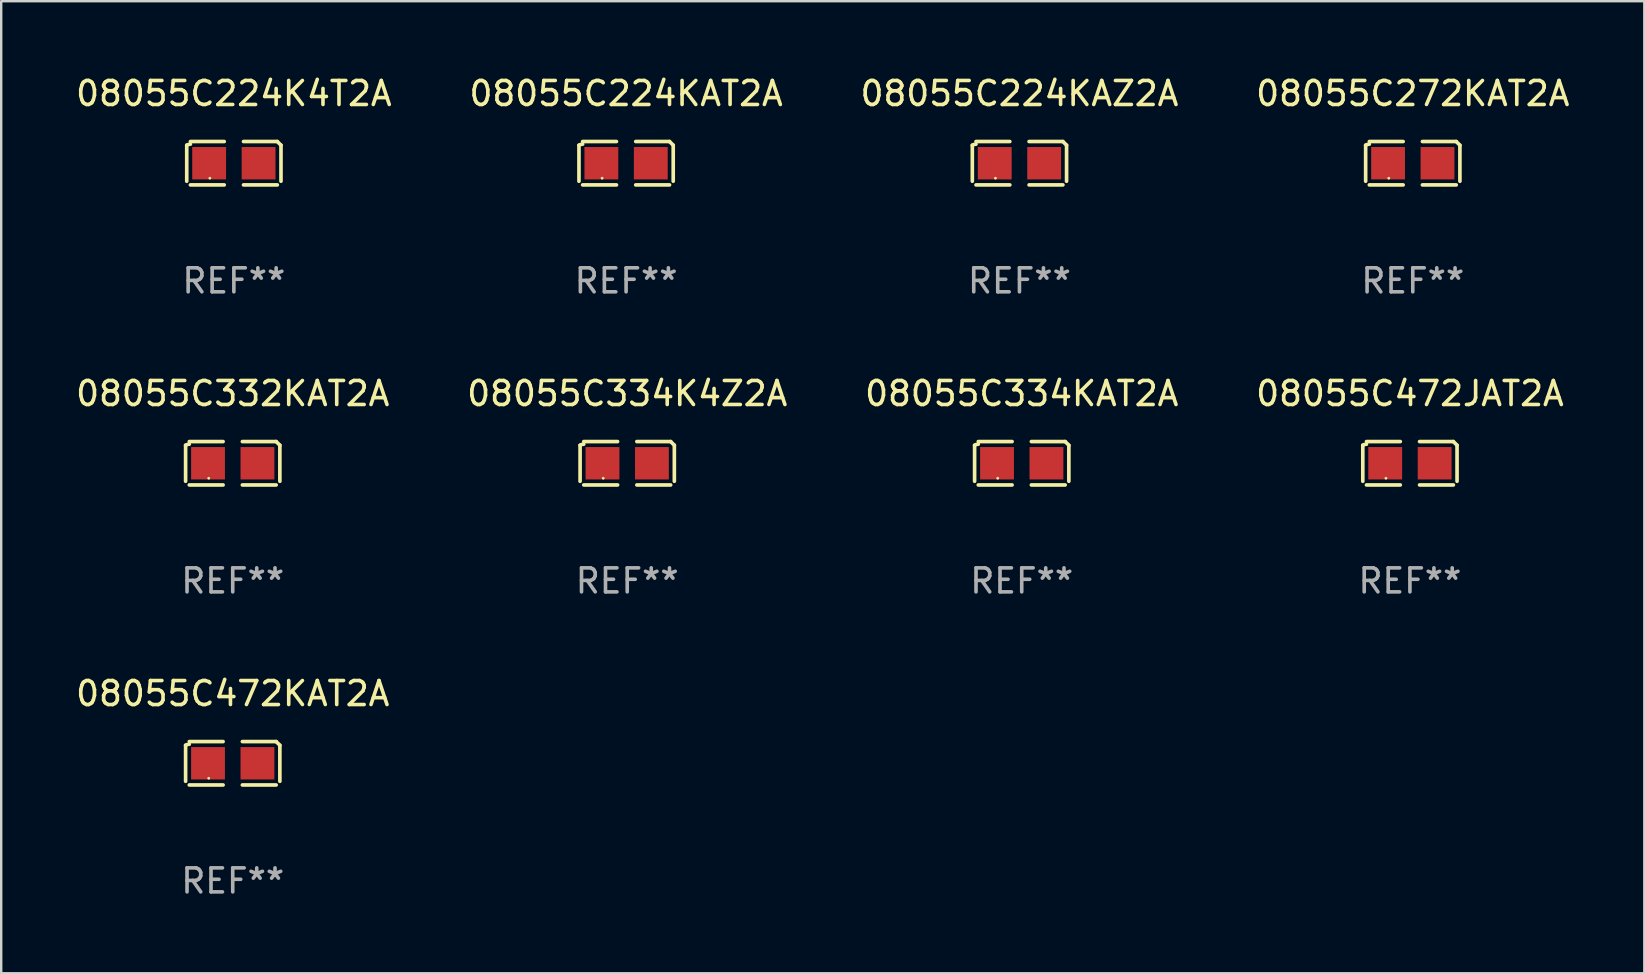
<source format=kicad_pcb>
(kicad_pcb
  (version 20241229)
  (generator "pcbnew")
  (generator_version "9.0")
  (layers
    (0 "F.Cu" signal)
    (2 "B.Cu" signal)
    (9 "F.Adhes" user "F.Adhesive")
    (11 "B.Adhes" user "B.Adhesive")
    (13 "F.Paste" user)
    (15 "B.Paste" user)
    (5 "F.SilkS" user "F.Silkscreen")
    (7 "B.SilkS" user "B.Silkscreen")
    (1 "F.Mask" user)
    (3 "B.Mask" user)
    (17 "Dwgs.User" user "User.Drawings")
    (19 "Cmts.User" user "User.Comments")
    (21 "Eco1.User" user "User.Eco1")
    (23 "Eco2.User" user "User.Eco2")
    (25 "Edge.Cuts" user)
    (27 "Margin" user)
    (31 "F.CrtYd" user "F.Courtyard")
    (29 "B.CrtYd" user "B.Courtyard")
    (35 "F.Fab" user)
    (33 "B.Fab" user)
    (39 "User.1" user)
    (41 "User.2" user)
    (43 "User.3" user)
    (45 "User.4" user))
  (footprint "08055C472JAT2A"
    (layer "F.Cu")
    (at 55.708 16.256)
    (property "Reference" "08055C472JAT2A" (at 0 -2.904 0) (layer "F.SilkS") (effects (font (size 1 1) (thickness 0.15))))
    (attr through_hole)
    (fp_line (start -1.964 0.751) (end -1.964 -0.751) (stroke (width 0.152) (type solid)) (layer "F.SilkS"))
    (fp_line (start -1.811 -0.904) (end -0.401 -0.904) (stroke (width 0.152) (type solid)) (layer "F.SilkS"))
    (fp_line (start -0.401 0.904) (end -1.811 0.904) (stroke (width 0.152) (type solid)) (layer "F.SilkS"))
    (fp_line (start 0.401 0.904) (end 1.811 0.904) (stroke (width 0.152) (type solid)) (layer "F.SilkS"))
    (fp_line (start 1.811 -0.904) (end 0.401 -0.904) (stroke (width 0.152) (type solid)) (layer "F.SilkS"))
    (fp_line (start 1.964 0.751) (end 1.964 -0.751) (stroke (width 0.152) (type solid)) (layer "F.SilkS"))
    (fp_arc (start -1.963602 -0.751207) (mid -1.890354 -0.783131) (end -1.811201 -0.794044) (stroke (width 0.1524) (type solid)) (layer "F.SilkS"))
    (fp_arc (start 1.811202 -0.903607) (mid 1.887413 -0.827418) (end 1.963602 -0.751207) (stroke (width 0.1524) (type solid)) (layer "F.SilkS"))
    (fp_circle (center -1 0.625) (end -0.97 0.625) (stroke (width 0.06) (type solid)) (fill no) (layer "F.SilkS"))
    (fp_text user "REF**" (at 0 4.904 0) (layer "F.Fab") (effects (font (size 1 1) (thickness 0.15))))
    (pad "1" smd rect (at -1.03 0) (size 1.41 1.35) (layers "F.Cu" "F.Mask" "F.Paste"))
    (pad "2" smd rect (at 1.03 0) (size 1.41 1.35) (layers "F.Cu" "F.Mask" "F.Paste")))
  (footprint "08055C472KAT2A"
    (layer "F.Cu")
    (at 6.649 28.759)
    (property "Reference" "08055C472KAT2A" (at 0 -2.904 0) (layer "F.SilkS") (effects (font (size 1 1) (thickness 0.15))))
    (attr through_hole)
    (fp_line (start -1.964 0.751) (end -1.964 -0.751) (stroke (width 0.152) (type solid)) (layer "F.SilkS"))
    (fp_line (start -1.811 -0.904) (end -0.401 -0.904) (stroke (width 0.152) (type solid)) (layer "F.SilkS"))
    (fp_line (start -0.401 0.904) (end -1.811 0.904) (stroke (width 0.152) (type solid)) (layer "F.SilkS"))
    (fp_line (start 0.401 0.904) (end 1.811 0.904) (stroke (width 0.152) (type solid)) (layer "F.SilkS"))
    (fp_line (start 1.811 -0.904) (end 0.401 -0.904) (stroke (width 0.152) (type solid)) (layer "F.SilkS"))
    (fp_line (start 1.964 0.751) (end 1.964 -0.751) (stroke (width 0.152) (type solid)) (layer "F.SilkS"))
    (fp_arc (start -1.963602 -0.751207) (mid -1.890354 -0.783131) (end -1.811201 -0.794044) (stroke (width 0.1524) (type solid)) (layer "F.SilkS"))
    (fp_arc (start 1.811202 -0.903607) (mid 1.887413 -0.827418) (end 1.963602 -0.751207) (stroke (width 0.1524) (type solid)) (layer "F.SilkS"))
    (fp_circle (center -1 0.625) (end -0.97 0.625) (stroke (width 0.06) (type solid)) (fill no) (layer "F.SilkS"))
    (fp_text user "REF**" (at 0 4.904 0) (layer "F.Fab") (effects (font (size 1 1) (thickness 0.15))))
    (pad "1" smd rect (at -1.03 0) (size 1.41 1.35) (layers "F.Cu" "F.Mask" "F.Paste"))
    (pad "2" smd rect (at 1.03 0) (size 1.41 1.35) (layers "F.Cu" "F.Mask" "F.Paste")))
  (footprint "08055C224K4T2A"
    (layer "F.Cu")
    (at 6.696 3.752)
    (property "Reference" "08055C224K4T2A" (at 0 -2.904 0) (layer "F.SilkS") (effects (font (size 1 1) (thickness 0.15))))
    (attr through_hole)
    (fp_line (start -1.964 0.751) (end -1.964 -0.751) (stroke (width 0.152) (type solid)) (layer "F.SilkS"))
    (fp_line (start -1.811 -0.904) (end -0.401 -0.904) (stroke (width 0.152) (type solid)) (layer "F.SilkS"))
    (fp_line (start -0.401 0.904) (end -1.811 0.904) (stroke (width 0.152) (type solid)) (layer "F.SilkS"))
    (fp_line (start 0.401 0.904) (end 1.811 0.904) (stroke (width 0.152) (type solid)) (layer "F.SilkS"))
    (fp_line (start 1.811 -0.904) (end 0.401 -0.904) (stroke (width 0.152) (type solid)) (layer "F.SilkS"))
    (fp_line (start 1.964 0.751) (end 1.964 -0.751) (stroke (width 0.152) (type solid)) (layer "F.SilkS"))
    (fp_arc (start -1.963602 -0.751207) (mid -1.890354 -0.783131) (end -1.811201 -0.794044) (stroke (width 0.1524) (type solid)) (layer "F.SilkS"))
    (fp_arc (start 1.811202 -0.903607) (mid 1.887413 -0.827418) (end 1.963602 -0.751207) (stroke (width 0.1524) (type solid)) (layer "F.SilkS"))
    (fp_circle (center -1 0.625) (end -0.97 0.625) (stroke (width 0.06) (type solid)) (fill no) (layer "F.SilkS"))
    (fp_text user "REF**" (at 0 4.904 0) (layer "F.Fab") (effects (font (size 1 1) (thickness 0.15))))
    (pad "1" smd rect (at -1.03 0) (size 1.41 1.35) (layers "F.Cu" "F.Mask" "F.Paste"))
    (pad "2" smd rect (at 1.03 0) (size 1.41 1.35) (layers "F.Cu" "F.Mask" "F.Paste")))
  (footprint "08055C224KAZ2A"
    (layer "F.Cu")
    (at 39.435 3.752)
    (property "Reference" "08055C224KAZ2A" (at 0 -2.904 0) (layer "F.SilkS") (effects (font (size 1 1) (thickness 0.15))))
    (attr through_hole)
    (fp_line (start -1.964 0.751) (end -1.964 -0.751) (stroke (width 0.152) (type solid)) (layer "F.SilkS"))
    (fp_line (start -1.811 -0.904) (end -0.401 -0.904) (stroke (width 0.152) (type solid)) (layer "F.SilkS"))
    (fp_line (start -0.401 0.904) (end -1.811 0.904) (stroke (width 0.152) (type solid)) (layer "F.SilkS"))
    (fp_line (start 0.401 0.904) (end 1.811 0.904) (stroke (width 0.152) (type solid)) (layer "F.SilkS"))
    (fp_line (start 1.811 -0.904) (end 0.401 -0.904) (stroke (width 0.152) (type solid)) (layer "F.SilkS"))
    (fp_line (start 1.964 0.751) (end 1.964 -0.751) (stroke (width 0.152) (type solid)) (layer "F.SilkS"))
    (fp_arc (start -1.963602 -0.751207) (mid -1.890354 -0.783131) (end -1.811201 -0.794044) (stroke (width 0.1524) (type solid)) (layer "F.SilkS"))
    (fp_arc (start 1.811202 -0.903607) (mid 1.887413 -0.827418) (end 1.963602 -0.751207) (stroke (width 0.1524) (type solid)) (layer "F.SilkS"))
    (fp_circle (center -1 0.625) (end -0.97 0.625) (stroke (width 0.06) (type solid)) (fill no) (layer "F.SilkS"))
    (fp_text user "REF**" (at 0 4.904 0) (layer "F.Fab") (effects (font (size 1 1) (thickness 0.15))))
    (pad "1" smd rect (at -1.03 0) (size 1.41 1.35) (layers "F.Cu" "F.Mask" "F.Paste"))
    (pad "2" smd rect (at 1.03 0) (size 1.41 1.35) (layers "F.Cu" "F.Mask" "F.Paste")))
  (footprint "08055C332KAT2A"
    (layer "F.Cu")
    (at 6.649 16.256)
    (property "Reference" "08055C332KAT2A" (at 0 -2.904 0) (layer "F.SilkS") (effects (font (size 1 1) (thickness 0.15))))
    (attr through_hole)
    (fp_line (start -1.964 0.751) (end -1.964 -0.751) (stroke (width 0.152) (type solid)) (layer "F.SilkS"))
    (fp_line (start -1.811 -0.904) (end -0.401 -0.904) (stroke (width 0.152) (type solid)) (layer "F.SilkS"))
    (fp_line (start -0.401 0.904) (end -1.811 0.904) (stroke (width 0.152) (type solid)) (layer "F.SilkS"))
    (fp_line (start 0.401 0.904) (end 1.811 0.904) (stroke (width 0.152) (type solid)) (layer "F.SilkS"))
    (fp_line (start 1.811 -0.904) (end 0.401 -0.904) (stroke (width 0.152) (type solid)) (layer "F.SilkS"))
    (fp_line (start 1.964 0.751) (end 1.964 -0.751) (stroke (width 0.152) (type solid)) (layer "F.SilkS"))
    (fp_arc (start -1.963602 -0.751207) (mid -1.890354 -0.783131) (end -1.811201 -0.794044) (stroke (width 0.1524) (type solid)) (layer "F.SilkS"))
    (fp_arc (start 1.811202 -0.903607) (mid 1.887413 -0.827418) (end 1.963602 -0.751207) (stroke (width 0.1524) (type solid)) (layer "F.SilkS"))
    (fp_circle (center -1 0.625) (end -0.97 0.625) (stroke (width 0.06) (type solid)) (fill no) (layer "F.SilkS"))
    (fp_text user "REF**" (at 0 4.904 0) (layer "F.Fab") (effects (font (size 1 1) (thickness 0.15))))
    (pad "1" smd rect (at -1.03 0) (size 1.41 1.35) (layers "F.Cu" "F.Mask" "F.Paste"))
    (pad "2" smd rect (at 1.03 0) (size 1.41 1.35) (layers "F.Cu" "F.Mask" "F.Paste")))
  (footprint "08055C224KAT2A"
    (layer "F.Cu")
    (at 23.042 3.752)
    (property "Reference" "08055C224KAT2A" (at 0 -2.904 0) (layer "F.SilkS") (effects (font (size 1 1) (thickness 0.15))))
    (attr through_hole)
    (fp_line (start -1.964 0.751) (end -1.964 -0.751) (stroke (width 0.152) (type solid)) (layer "F.SilkS"))
    (fp_line (start -1.811 -0.904) (end -0.401 -0.904) (stroke (width 0.152) (type solid)) (layer "F.SilkS"))
    (fp_line (start -0.401 0.904) (end -1.811 0.904) (stroke (width 0.152) (type solid)) (layer "F.SilkS"))
    (fp_line (start 0.401 0.904) (end 1.811 0.904) (stroke (width 0.152) (type solid)) (layer "F.SilkS"))
    (fp_line (start 1.811 -0.904) (end 0.401 -0.904) (stroke (width 0.152) (type solid)) (layer "F.SilkS"))
    (fp_line (start 1.964 0.751) (end 1.964 -0.751) (stroke (width 0.152) (type solid)) (layer "F.SilkS"))
    (fp_arc (start -1.963602 -0.751207) (mid -1.890354 -0.783131) (end -1.811201 -0.794044) (stroke (width 0.1524) (type solid)) (layer "F.SilkS"))
    (fp_arc (start 1.811202 -0.903607) (mid 1.887413 -0.827418) (end 1.963602 -0.751207) (stroke (width 0.1524) (type solid)) (layer "F.SilkS"))
    (fp_circle (center -1 0.625) (end -0.97 0.625) (stroke (width 0.06) (type solid)) (fill no) (layer "F.SilkS"))
    (fp_text user "REF**" (at 0 4.904 0) (layer "F.Fab") (effects (font (size 1 1) (thickness 0.15))))
    (pad "1" smd rect (at -1.03 0) (size 1.41 1.35) (layers "F.Cu" "F.Mask" "F.Paste"))
    (pad "2" smd rect (at 1.03 0) (size 1.41 1.35) (layers "F.Cu" "F.Mask" "F.Paste")))
  (footprint "08055C334KAT2A"
    (layer "F.Cu")
    (at 39.53 16.256)
    (property "Reference" "08055C334KAT2A" (at 0 -2.904 0) (layer "F.SilkS") (effects (font (size 1 1) (thickness 0.15))))
    (attr through_hole)
    (fp_line (start -1.964 0.751) (end -1.964 -0.751) (stroke (width 0.152) (type solid)) (layer "F.SilkS"))
    (fp_line (start -1.811 -0.904) (end -0.401 -0.904) (stroke (width 0.152) (type solid)) (layer "F.SilkS"))
    (fp_line (start -0.401 0.904) (end -1.811 0.904) (stroke (width 0.152) (type solid)) (layer "F.SilkS"))
    (fp_line (start 0.401 0.904) (end 1.811 0.904) (stroke (width 0.152) (type solid)) (layer "F.SilkS"))
    (fp_line (start 1.811 -0.904) (end 0.401 -0.904) (stroke (width 0.152) (type solid)) (layer "F.SilkS"))
    (fp_line (start 1.964 0.751) (end 1.964 -0.751) (stroke (width 0.152) (type solid)) (layer "F.SilkS"))
    (fp_arc (start -1.963602 -0.751207) (mid -1.890354 -0.783131) (end -1.811201 -0.794044) (stroke (width 0.1524) (type solid)) (layer "F.SilkS"))
    (fp_arc (start 1.811202 -0.903607) (mid 1.887413 -0.827418) (end 1.963602 -0.751207) (stroke (width 0.1524) (type solid)) (layer "F.SilkS"))
    (fp_circle (center -1 0.625) (end -0.97 0.625) (stroke (width 0.06) (type solid)) (fill no) (layer "F.SilkS"))
    (fp_text user "REF**" (at 0 4.904 0) (layer "F.Fab") (effects (font (size 1 1) (thickness 0.15))))
    (pad "1" smd rect (at -1.03 0) (size 1.41 1.35) (layers "F.Cu" "F.Mask" "F.Paste"))
    (pad "2" smd rect (at 1.03 0) (size 1.41 1.35) (layers "F.Cu" "F.Mask" "F.Paste")))
  (footprint "08055C334K4Z2A"
    (layer "F.Cu")
    (at 23.089 16.256)
    (property "Reference" "08055C334K4Z2A" (at 0 -2.904 0) (layer "F.SilkS") (effects (font (size 1 1) (thickness 0.15))))
    (attr through_hole)
    (fp_line (start -1.964 0.751) (end -1.964 -0.751) (stroke (width 0.152) (type solid)) (layer "F.SilkS"))
    (fp_line (start -1.811 -0.904) (end -0.401 -0.904) (stroke (width 0.152) (type solid)) (layer "F.SilkS"))
    (fp_line (start -0.401 0.904) (end -1.811 0.904) (stroke (width 0.152) (type solid)) (layer "F.SilkS"))
    (fp_line (start 0.401 0.904) (end 1.811 0.904) (stroke (width 0.152) (type solid)) (layer "F.SilkS"))
    (fp_line (start 1.811 -0.904) (end 0.401 -0.904) (stroke (width 0.152) (type solid)) (layer "F.SilkS"))
    (fp_line (start 1.964 0.751) (end 1.964 -0.751) (stroke (width 0.152) (type solid)) (layer "F.SilkS"))
    (fp_arc (start -1.963602 -0.751207) (mid -1.890354 -0.783131) (end -1.811201 -0.794044) (stroke (width 0.1524) (type solid)) (layer "F.SilkS"))
    (fp_arc (start 1.811202 -0.903607) (mid 1.887413 -0.827418) (end 1.963602 -0.751207) (stroke (width 0.1524) (type solid)) (layer "F.SilkS"))
    (fp_circle (center -1 0.625) (end -0.97 0.625) (stroke (width 0.06) (type solid)) (fill no) (layer "F.SilkS"))
    (fp_text user "REF**" (at 0 4.904 0) (layer "F.Fab") (effects (font (size 1 1) (thickness 0.15))))
    (pad "1" smd rect (at -1.03 0) (size 1.41 1.35) (layers "F.Cu" "F.Mask" "F.Paste"))
    (pad "2" smd rect (at 1.03 0) (size 1.41 1.35) (layers "F.Cu" "F.Mask" "F.Paste")))
  (footprint "08055C272KAT2A"
    (layer "F.Cu")
    (at 55.827 3.752)
    (property "Reference" "08055C272KAT2A" (at 0 -2.904 0) (layer "F.SilkS") (effects (font (size 1 1) (thickness 0.15))))
    (attr through_hole)
    (fp_line (start -1.964 0.751) (end -1.964 -0.751) (stroke (width 0.152) (type solid)) (layer "F.SilkS"))
    (fp_line (start -1.811 -0.904) (end -0.401 -0.904) (stroke (width 0.152) (type solid)) (layer "F.SilkS"))
    (fp_line (start -0.401 0.904) (end -1.811 0.904) (stroke (width 0.152) (type solid)) (layer "F.SilkS"))
    (fp_line (start 0.401 0.904) (end 1.811 0.904) (stroke (width 0.152) (type solid)) (layer "F.SilkS"))
    (fp_line (start 1.811 -0.904) (end 0.401 -0.904) (stroke (width 0.152) (type solid)) (layer "F.SilkS"))
    (fp_line (start 1.964 0.751) (end 1.964 -0.751) (stroke (width 0.152) (type solid)) (layer "F.SilkS"))
    (fp_arc (start -1.963602 -0.751207) (mid -1.890354 -0.783131) (end -1.811201 -0.794044) (stroke (width 0.1524) (type solid)) (layer "F.SilkS"))
    (fp_arc (start 1.811202 -0.903607) (mid 1.887413 -0.827418) (end 1.963602 -0.751207) (stroke (width 0.1524) (type solid)) (layer "F.SilkS"))
    (fp_circle (center -1 0.625) (end -0.97 0.625) (stroke (width 0.06) (type solid)) (fill no) (layer "F.SilkS"))
    (fp_text user "REF**" (at 0 4.904 0) (layer "F.Fab") (effects (font (size 1 1) (thickness 0.15))))
    (pad "1" smd rect (at -1.03 0) (size 1.41 1.35) (layers "F.Cu" "F.Mask" "F.Paste"))
    (pad "2" smd rect (at 1.03 0) (size 1.41 1.35) (layers "F.Cu" "F.Mask" "F.Paste")))
  (gr_rect
    (start -3 -3)
    (end 65.476 37.511)
    (stroke (width 0.1) (type default))
    (fill no)
    (layer "Edge.Cuts")))
</source>
